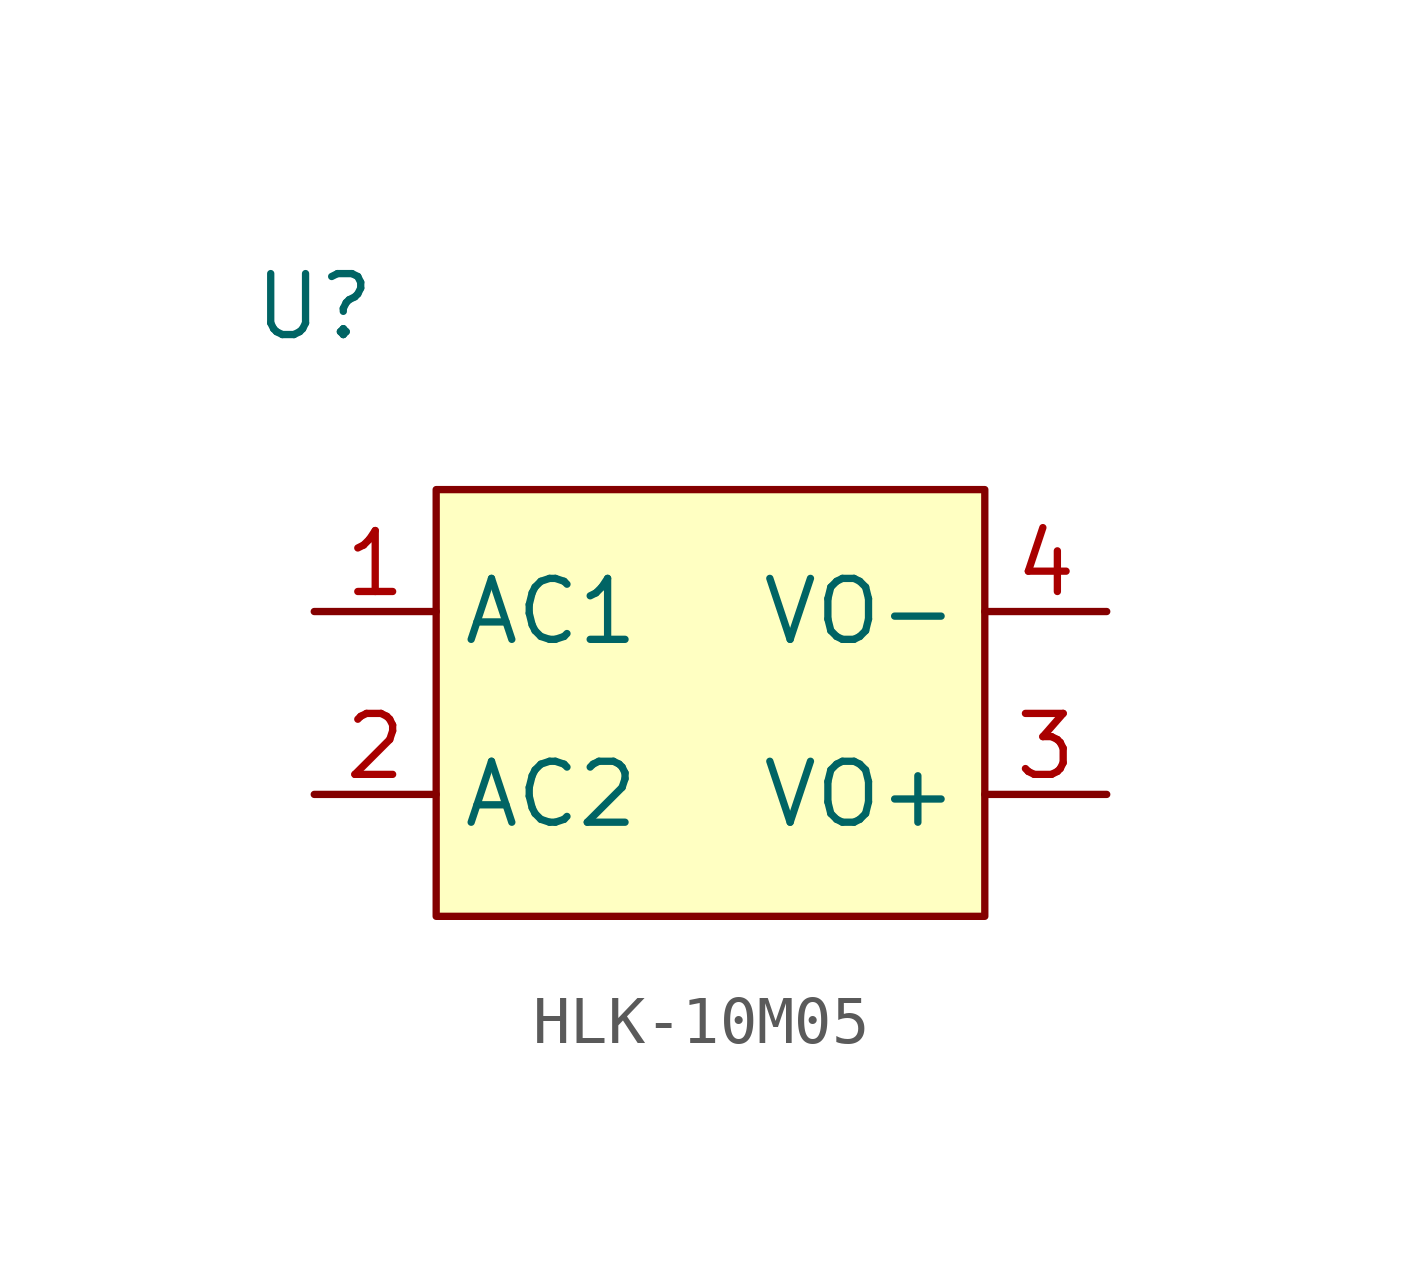
<source format=kicad_sym>
(kicad_symbol_lib
  (version 20220914)
  (generator kicad_symbol_editor)
  (symbol "HLK-10M05"
    (property "Reference" "U"
      (at 7.62 13.97 0)
      (effects (font (size 1.27 1.27))))
    (property "Value" ""
      (at 13.97 7.62 0)
      (effects (font (size 1.27 1.27))))
    (symbol "HLK-10M05_1_1"
      (rectangle (start 10.16 10.16) (end 21.59 1.27) (stroke (width 0) (type default)) (fill (type background)))
      (pin input line (at 7.62 7.62 0) (length 2.54) (name "AC1" (effects (font (size 1.27 1.27)))) (number "1" (effects (font (size 1.27 1.27)))))
      (pin input line (at 7.62 3.81 0) (length 2.54) (name "AC2" (effects (font (size 1.27 1.27)))) (number "2" (effects (font (size 1.27 1.27)))))
      (pin input line (at 24.13 3.81 180) (length 2.54) (name "VO+" (effects (font (size 1.27 1.27)))) (number "3" (effects (font (size 1.27 1.27)))))
      (pin input line (at 24.13 7.62 180) (length 2.54) (name "VO-" (effects (font (size 1.27 1.27)))) (number "4" (effects (font (size 1.27 1.27))))))))
</source>
